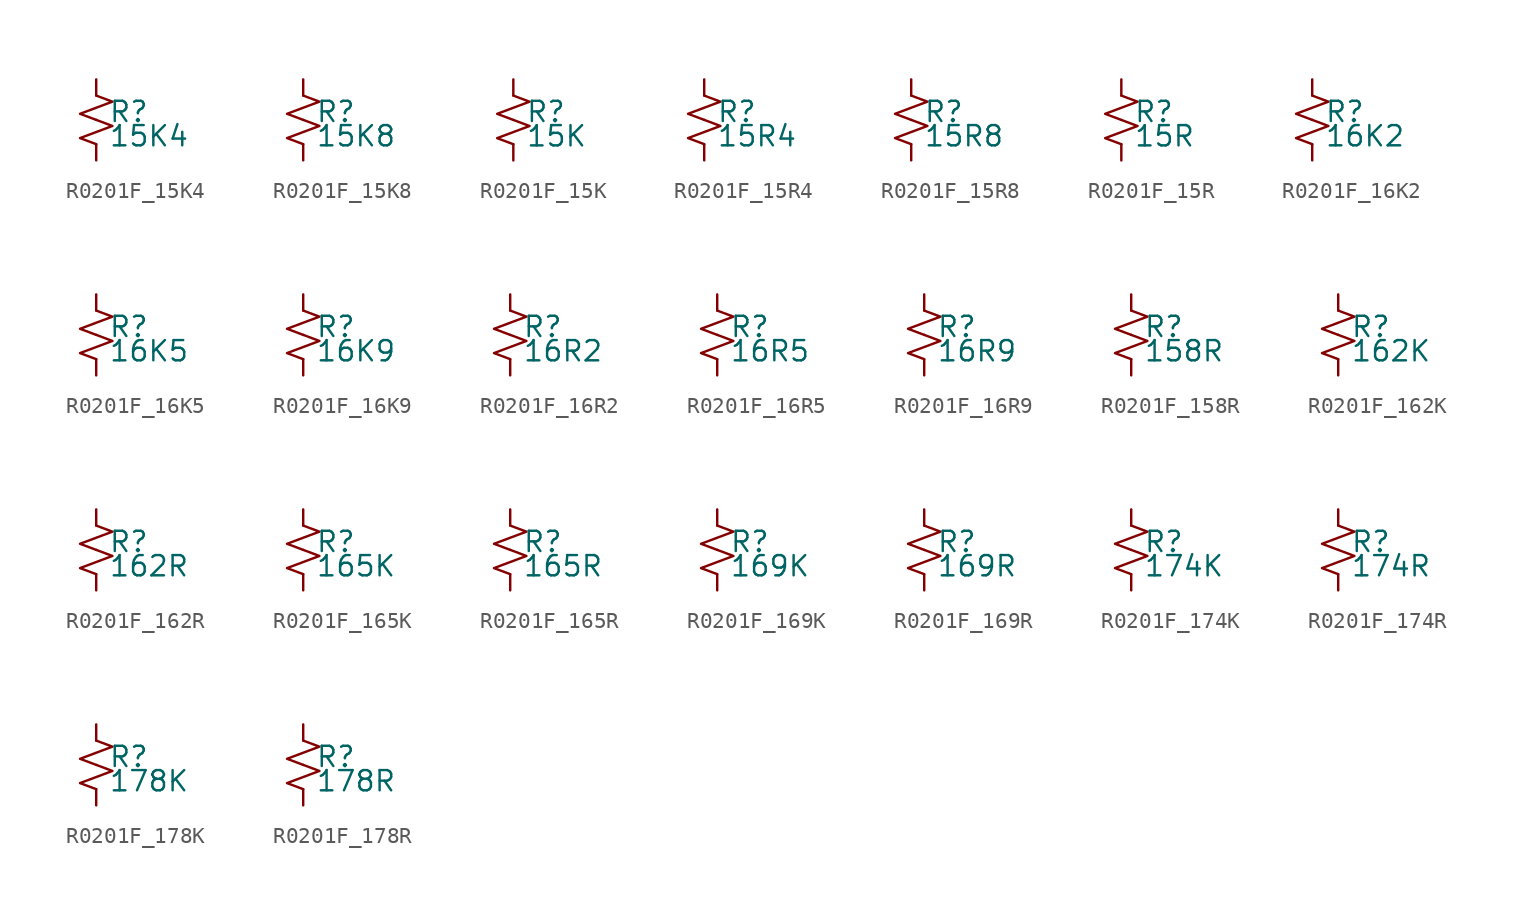
<source format=kicad_sym>
(kicad_symbol_lib
  (version 20220914)
  (generator kicad_symbol_editor)
  (symbol "R0201F_15K4"
    (pin_numbers hide)
    (pin_names
      (offset 0.254) hide)
    (property "Reference" "R"
      (at 0.762 0.508 0)
      (effects (font (size 1.27 1.27)) (justify left)))
    (property "Value" "15K4"
      (at 0.762 -1.016 0)
      (effects (font (size 1.27 1.27)) (justify left)))
    (symbol "R0201F_15K4_1_1"
      (polyline (pts (xy 0 0) (xy 1.016 -0.381) (xy 0 -0.762) (xy -1.016 -1.143) (xy 0 -1.524)) (stroke (width 0) (type default)) (fill (type none)))
      (polyline (pts (xy 0 1.524) (xy 1.016 1.143) (xy 0 0.762) (xy -1.016 0.381) (xy 0 0)) (stroke (width 0) (type default)) (fill (type none)))
      (pin passive line (at 0 2.54 270) (length 1.016) (name "~" (effects (font (size 1.27 1.27)))) (number "1" (effects (font (size 1.27 1.27)))))
      (pin passive line (at 0 -2.54 90) (length 1.016) (name "~" (effects (font (size 1.27 1.27)))) (number "2" (effects (font (size 1.27 1.27)))))))
  (symbol "R0201F_15K8"
    (pin_numbers hide)
    (pin_names
      (offset 0.254) hide)
    (property "Reference" "R"
      (at 0.762 0.508 0)
      (effects (font (size 1.27 1.27)) (justify left)))
    (property "Value" "15K8"
      (at 0.762 -1.016 0)
      (effects (font (size 1.27 1.27)) (justify left)))
    (symbol "R0201F_15K8_1_1"
      (polyline (pts (xy 0 0) (xy 1.016 -0.381) (xy 0 -0.762) (xy -1.016 -1.143) (xy 0 -1.524)) (stroke (width 0) (type default)) (fill (type none)))
      (polyline (pts (xy 0 1.524) (xy 1.016 1.143) (xy 0 0.762) (xy -1.016 0.381) (xy 0 0)) (stroke (width 0) (type default)) (fill (type none)))
      (pin passive line (at 0 2.54 270) (length 1.016) (name "~" (effects (font (size 1.27 1.27)))) (number "1" (effects (font (size 1.27 1.27)))))
      (pin passive line (at 0 -2.54 90) (length 1.016) (name "~" (effects (font (size 1.27 1.27)))) (number "2" (effects (font (size 1.27 1.27)))))))
  (symbol "R0201F_15K"
    (pin_numbers hide)
    (pin_names
      (offset 0.254) hide)
    (property "Reference" "R"
      (at 0.762 0.508 0)
      (effects (font (size 1.27 1.27)) (justify left)))
    (property "Value" "15K"
      (at 0.762 -1.016 0)
      (effects (font (size 1.27 1.27)) (justify left)))
    (symbol "R0201F_15K_1_1"
      (polyline (pts (xy 0 0) (xy 1.016 -0.381) (xy 0 -0.762) (xy -1.016 -1.143) (xy 0 -1.524)) (stroke (width 0) (type default)) (fill (type none)))
      (polyline (pts (xy 0 1.524) (xy 1.016 1.143) (xy 0 0.762) (xy -1.016 0.381) (xy 0 0)) (stroke (width 0) (type default)) (fill (type none)))
      (pin passive line (at 0 2.54 270) (length 1.016) (name "~" (effects (font (size 1.27 1.27)))) (number "1" (effects (font (size 1.27 1.27)))))
      (pin passive line (at 0 -2.54 90) (length 1.016) (name "~" (effects (font (size 1.27 1.27)))) (number "2" (effects (font (size 1.27 1.27)))))))
  (symbol "R0201F_15R4"
    (pin_numbers hide)
    (pin_names
      (offset 0.254) hide)
    (property "Reference" "R"
      (at 0.762 0.508 0)
      (effects (font (size 1.27 1.27)) (justify left)))
    (property "Value" "15R4"
      (at 0.762 -1.016 0)
      (effects (font (size 1.27 1.27)) (justify left)))
    (symbol "R0201F_15R4_1_1"
      (polyline (pts (xy 0 0) (xy 1.016 -0.381) (xy 0 -0.762) (xy -1.016 -1.143) (xy 0 -1.524)) (stroke (width 0) (type default)) (fill (type none)))
      (polyline (pts (xy 0 1.524) (xy 1.016 1.143) (xy 0 0.762) (xy -1.016 0.381) (xy 0 0)) (stroke (width 0) (type default)) (fill (type none)))
      (pin passive line (at 0 2.54 270) (length 1.016) (name "~" (effects (font (size 1.27 1.27)))) (number "1" (effects (font (size 1.27 1.27)))))
      (pin passive line (at 0 -2.54 90) (length 1.016) (name "~" (effects (font (size 1.27 1.27)))) (number "2" (effects (font (size 1.27 1.27)))))))
  (symbol "R0201F_15R8"
    (pin_numbers hide)
    (pin_names
      (offset 0.254) hide)
    (property "Reference" "R"
      (at 0.762 0.508 0)
      (effects (font (size 1.27 1.27)) (justify left)))
    (property "Value" "15R8"
      (at 0.762 -1.016 0)
      (effects (font (size 1.27 1.27)) (justify left)))
    (symbol "R0201F_15R8_1_1"
      (polyline (pts (xy 0 0) (xy 1.016 -0.381) (xy 0 -0.762) (xy -1.016 -1.143) (xy 0 -1.524)) (stroke (width 0) (type default)) (fill (type none)))
      (polyline (pts (xy 0 1.524) (xy 1.016 1.143) (xy 0 0.762) (xy -1.016 0.381) (xy 0 0)) (stroke (width 0) (type default)) (fill (type none)))
      (pin passive line (at 0 2.54 270) (length 1.016) (name "~" (effects (font (size 1.27 1.27)))) (number "1" (effects (font (size 1.27 1.27)))))
      (pin passive line (at 0 -2.54 90) (length 1.016) (name "~" (effects (font (size 1.27 1.27)))) (number "2" (effects (font (size 1.27 1.27)))))))
  (symbol "R0201F_15R"
    (pin_numbers hide)
    (pin_names
      (offset 0.254) hide)
    (property "Reference" "R"
      (at 0.762 0.508 0)
      (effects (font (size 1.27 1.27)) (justify left)))
    (property "Value" "15R"
      (at 0.762 -1.016 0)
      (effects (font (size 1.27 1.27)) (justify left)))
    (symbol "R0201F_15R_1_1"
      (polyline (pts (xy 0 0) (xy 1.016 -0.381) (xy 0 -0.762) (xy -1.016 -1.143) (xy 0 -1.524)) (stroke (width 0) (type default)) (fill (type none)))
      (polyline (pts (xy 0 1.524) (xy 1.016 1.143) (xy 0 0.762) (xy -1.016 0.381) (xy 0 0)) (stroke (width 0) (type default)) (fill (type none)))
      (pin passive line (at 0 2.54 270) (length 1.016) (name "~" (effects (font (size 1.27 1.27)))) (number "1" (effects (font (size 1.27 1.27)))))
      (pin passive line (at 0 -2.54 90) (length 1.016) (name "~" (effects (font (size 1.27 1.27)))) (number "2" (effects (font (size 1.27 1.27)))))))
  (symbol "R0201F_16K2"
    (pin_numbers hide)
    (pin_names
      (offset 0.254) hide)
    (property "Reference" "R"
      (at 0.762 0.508 0)
      (effects (font (size 1.27 1.27)) (justify left)))
    (property "Value" "16K2"
      (at 0.762 -1.016 0)
      (effects (font (size 1.27 1.27)) (justify left)))
    (symbol "R0201F_16K2_1_1"
      (polyline (pts (xy 0 0) (xy 1.016 -0.381) (xy 0 -0.762) (xy -1.016 -1.143) (xy 0 -1.524)) (stroke (width 0) (type default)) (fill (type none)))
      (polyline (pts (xy 0 1.524) (xy 1.016 1.143) (xy 0 0.762) (xy -1.016 0.381) (xy 0 0)) (stroke (width 0) (type default)) (fill (type none)))
      (pin passive line (at 0 2.54 270) (length 1.016) (name "~" (effects (font (size 1.27 1.27)))) (number "1" (effects (font (size 1.27 1.27)))))
      (pin passive line (at 0 -2.54 90) (length 1.016) (name "~" (effects (font (size 1.27 1.27)))) (number "2" (effects (font (size 1.27 1.27)))))))
  (symbol "R0201F_16K5"
    (pin_numbers hide)
    (pin_names
      (offset 0.254) hide)
    (property "Reference" "R"
      (at 0.762 0.508 0)
      (effects (font (size 1.27 1.27)) (justify left)))
    (property "Value" "16K5"
      (at 0.762 -1.016 0)
      (effects (font (size 1.27 1.27)) (justify left)))
    (symbol "R0201F_16K5_1_1"
      (polyline (pts (xy 0 0) (xy 1.016 -0.381) (xy 0 -0.762) (xy -1.016 -1.143) (xy 0 -1.524)) (stroke (width 0) (type default)) (fill (type none)))
      (polyline (pts (xy 0 1.524) (xy 1.016 1.143) (xy 0 0.762) (xy -1.016 0.381) (xy 0 0)) (stroke (width 0) (type default)) (fill (type none)))
      (pin passive line (at 0 2.54 270) (length 1.016) (name "~" (effects (font (size 1.27 1.27)))) (number "1" (effects (font (size 1.27 1.27)))))
      (pin passive line (at 0 -2.54 90) (length 1.016) (name "~" (effects (font (size 1.27 1.27)))) (number "2" (effects (font (size 1.27 1.27)))))))
  (symbol "R0201F_16K9"
    (pin_numbers hide)
    (pin_names
      (offset 0.254) hide)
    (property "Reference" "R"
      (at 0.762 0.508 0)
      (effects (font (size 1.27 1.27)) (justify left)))
    (property "Value" "16K9"
      (at 0.762 -1.016 0)
      (effects (font (size 1.27 1.27)) (justify left)))
    (symbol "R0201F_16K9_1_1"
      (polyline (pts (xy 0 0) (xy 1.016 -0.381) (xy 0 -0.762) (xy -1.016 -1.143) (xy 0 -1.524)) (stroke (width 0) (type default)) (fill (type none)))
      (polyline (pts (xy 0 1.524) (xy 1.016 1.143) (xy 0 0.762) (xy -1.016 0.381) (xy 0 0)) (stroke (width 0) (type default)) (fill (type none)))
      (pin passive line (at 0 2.54 270) (length 1.016) (name "~" (effects (font (size 1.27 1.27)))) (number "1" (effects (font (size 1.27 1.27)))))
      (pin passive line (at 0 -2.54 90) (length 1.016) (name "~" (effects (font (size 1.27 1.27)))) (number "2" (effects (font (size 1.27 1.27)))))))
  (symbol "R0201F_16R2"
    (pin_numbers hide)
    (pin_names
      (offset 0.254) hide)
    (property "Reference" "R"
      (at 0.762 0.508 0)
      (effects (font (size 1.27 1.27)) (justify left)))
    (property "Value" "16R2"
      (at 0.762 -1.016 0)
      (effects (font (size 1.27 1.27)) (justify left)))
    (symbol "R0201F_16R2_1_1"
      (polyline (pts (xy 0 0) (xy 1.016 -0.381) (xy 0 -0.762) (xy -1.016 -1.143) (xy 0 -1.524)) (stroke (width 0) (type default)) (fill (type none)))
      (polyline (pts (xy 0 1.524) (xy 1.016 1.143) (xy 0 0.762) (xy -1.016 0.381) (xy 0 0)) (stroke (width 0) (type default)) (fill (type none)))
      (pin passive line (at 0 2.54 270) (length 1.016) (name "~" (effects (font (size 1.27 1.27)))) (number "1" (effects (font (size 1.27 1.27)))))
      (pin passive line (at 0 -2.54 90) (length 1.016) (name "~" (effects (font (size 1.27 1.27)))) (number "2" (effects (font (size 1.27 1.27)))))))
  (symbol "R0201F_16R5"
    (pin_numbers hide)
    (pin_names
      (offset 0.254) hide)
    (property "Reference" "R"
      (at 0.762 0.508 0)
      (effects (font (size 1.27 1.27)) (justify left)))
    (property "Value" "16R5"
      (at 0.762 -1.016 0)
      (effects (font (size 1.27 1.27)) (justify left)))
    (symbol "R0201F_16R5_1_1"
      (polyline (pts (xy 0 0) (xy 1.016 -0.381) (xy 0 -0.762) (xy -1.016 -1.143) (xy 0 -1.524)) (stroke (width 0) (type default)) (fill (type none)))
      (polyline (pts (xy 0 1.524) (xy 1.016 1.143) (xy 0 0.762) (xy -1.016 0.381) (xy 0 0)) (stroke (width 0) (type default)) (fill (type none)))
      (pin passive line (at 0 2.54 270) (length 1.016) (name "~" (effects (font (size 1.27 1.27)))) (number "1" (effects (font (size 1.27 1.27)))))
      (pin passive line (at 0 -2.54 90) (length 1.016) (name "~" (effects (font (size 1.27 1.27)))) (number "2" (effects (font (size 1.27 1.27)))))))
  (symbol "R0201F_16R9"
    (pin_numbers hide)
    (pin_names
      (offset 0.254) hide)
    (property "Reference" "R"
      (at 0.762 0.508 0)
      (effects (font (size 1.27 1.27)) (justify left)))
    (property "Value" "16R9"
      (at 0.762 -1.016 0)
      (effects (font (size 1.27 1.27)) (justify left)))
    (symbol "R0201F_16R9_1_1"
      (polyline (pts (xy 0 0) (xy 1.016 -0.381) (xy 0 -0.762) (xy -1.016 -1.143) (xy 0 -1.524)) (stroke (width 0) (type default)) (fill (type none)))
      (polyline (pts (xy 0 1.524) (xy 1.016 1.143) (xy 0 0.762) (xy -1.016 0.381) (xy 0 0)) (stroke (width 0) (type default)) (fill (type none)))
      (pin passive line (at 0 2.54 270) (length 1.016) (name "~" (effects (font (size 1.27 1.27)))) (number "1" (effects (font (size 1.27 1.27)))))
      (pin passive line (at 0 -2.54 90) (length 1.016) (name "~" (effects (font (size 1.27 1.27)))) (number "2" (effects (font (size 1.27 1.27)))))))
  (symbol "R0201F_158R"
    (pin_numbers hide)
    (pin_names
      (offset 0.254) hide)
    (property "Reference" "R"
      (at 0.762 0.508 0)
      (effects (font (size 1.27 1.27)) (justify left)))
    (property "Value" "158R"
      (at 0.762 -1.016 0)
      (effects (font (size 1.27 1.27)) (justify left)))
    (symbol "R0201F_158R_1_1"
      (polyline (pts (xy 0 0) (xy 1.016 -0.381) (xy 0 -0.762) (xy -1.016 -1.143) (xy 0 -1.524)) (stroke (width 0) (type default)) (fill (type none)))
      (polyline (pts (xy 0 1.524) (xy 1.016 1.143) (xy 0 0.762) (xy -1.016 0.381) (xy 0 0)) (stroke (width 0) (type default)) (fill (type none)))
      (pin passive line (at 0 2.54 270) (length 1.016) (name "~" (effects (font (size 1.27 1.27)))) (number "1" (effects (font (size 1.27 1.27)))))
      (pin passive line (at 0 -2.54 90) (length 1.016) (name "~" (effects (font (size 1.27 1.27)))) (number "2" (effects (font (size 1.27 1.27)))))))
  (symbol "R0201F_162K"
    (pin_numbers hide)
    (pin_names
      (offset 0.254) hide)
    (property "Reference" "R"
      (at 0.762 0.508 0)
      (effects (font (size 1.27 1.27)) (justify left)))
    (property "Value" "162K"
      (at 0.762 -1.016 0)
      (effects (font (size 1.27 1.27)) (justify left)))
    (symbol "R0201F_162K_1_1"
      (polyline (pts (xy 0 0) (xy 1.016 -0.381) (xy 0 -0.762) (xy -1.016 -1.143) (xy 0 -1.524)) (stroke (width 0) (type default)) (fill (type none)))
      (polyline (pts (xy 0 1.524) (xy 1.016 1.143) (xy 0 0.762) (xy -1.016 0.381) (xy 0 0)) (stroke (width 0) (type default)) (fill (type none)))
      (pin passive line (at 0 2.54 270) (length 1.016) (name "~" (effects (font (size 1.27 1.27)))) (number "1" (effects (font (size 1.27 1.27)))))
      (pin passive line (at 0 -2.54 90) (length 1.016) (name "~" (effects (font (size 1.27 1.27)))) (number "2" (effects (font (size 1.27 1.27)))))))
  (symbol "R0201F_162R"
    (pin_numbers hide)
    (pin_names
      (offset 0.254) hide)
    (property "Reference" "R"
      (at 0.762 0.508 0)
      (effects (font (size 1.27 1.27)) (justify left)))
    (property "Value" "162R"
      (at 0.762 -1.016 0)
      (effects (font (size 1.27 1.27)) (justify left)))
    (symbol "R0201F_162R_1_1"
      (polyline (pts (xy 0 0) (xy 1.016 -0.381) (xy 0 -0.762) (xy -1.016 -1.143) (xy 0 -1.524)) (stroke (width 0) (type default)) (fill (type none)))
      (polyline (pts (xy 0 1.524) (xy 1.016 1.143) (xy 0 0.762) (xy -1.016 0.381) (xy 0 0)) (stroke (width 0) (type default)) (fill (type none)))
      (pin passive line (at 0 2.54 270) (length 1.016) (name "~" (effects (font (size 1.27 1.27)))) (number "1" (effects (font (size 1.27 1.27)))))
      (pin passive line (at 0 -2.54 90) (length 1.016) (name "~" (effects (font (size 1.27 1.27)))) (number "2" (effects (font (size 1.27 1.27)))))))
  (symbol "R0201F_165K"
    (pin_numbers hide)
    (pin_names
      (offset 0.254) hide)
    (property "Reference" "R"
      (at 0.762 0.508 0)
      (effects (font (size 1.27 1.27)) (justify left)))
    (property "Value" "165K"
      (at 0.762 -1.016 0)
      (effects (font (size 1.27 1.27)) (justify left)))
    (symbol "R0201F_165K_1_1"
      (polyline (pts (xy 0 0) (xy 1.016 -0.381) (xy 0 -0.762) (xy -1.016 -1.143) (xy 0 -1.524)) (stroke (width 0) (type default)) (fill (type none)))
      (polyline (pts (xy 0 1.524) (xy 1.016 1.143) (xy 0 0.762) (xy -1.016 0.381) (xy 0 0)) (stroke (width 0) (type default)) (fill (type none)))
      (pin passive line (at 0 2.54 270) (length 1.016) (name "~" (effects (font (size 1.27 1.27)))) (number "1" (effects (font (size 1.27 1.27)))))
      (pin passive line (at 0 -2.54 90) (length 1.016) (name "~" (effects (font (size 1.27 1.27)))) (number "2" (effects (font (size 1.27 1.27)))))))
  (symbol "R0201F_165R"
    (pin_numbers hide)
    (pin_names
      (offset 0.254) hide)
    (property "Reference" "R"
      (at 0.762 0.508 0)
      (effects (font (size 1.27 1.27)) (justify left)))
    (property "Value" "165R"
      (at 0.762 -1.016 0)
      (effects (font (size 1.27 1.27)) (justify left)))
    (symbol "R0201F_165R_1_1"
      (polyline (pts (xy 0 0) (xy 1.016 -0.381) (xy 0 -0.762) (xy -1.016 -1.143) (xy 0 -1.524)) (stroke (width 0) (type default)) (fill (type none)))
      (polyline (pts (xy 0 1.524) (xy 1.016 1.143) (xy 0 0.762) (xy -1.016 0.381) (xy 0 0)) (stroke (width 0) (type default)) (fill (type none)))
      (pin passive line (at 0 2.54 270) (length 1.016) (name "~" (effects (font (size 1.27 1.27)))) (number "1" (effects (font (size 1.27 1.27)))))
      (pin passive line (at 0 -2.54 90) (length 1.016) (name "~" (effects (font (size 1.27 1.27)))) (number "2" (effects (font (size 1.27 1.27)))))))
  (symbol "R0201F_169K"
    (pin_numbers hide)
    (pin_names
      (offset 0.254) hide)
    (property "Reference" "R"
      (at 0.762 0.508 0)
      (effects (font (size 1.27 1.27)) (justify left)))
    (property "Value" "169K"
      (at 0.762 -1.016 0)
      (effects (font (size 1.27 1.27)) (justify left)))
    (symbol "R0201F_169K_1_1"
      (polyline (pts (xy 0 0) (xy 1.016 -0.381) (xy 0 -0.762) (xy -1.016 -1.143) (xy 0 -1.524)) (stroke (width 0) (type default)) (fill (type none)))
      (polyline (pts (xy 0 1.524) (xy 1.016 1.143) (xy 0 0.762) (xy -1.016 0.381) (xy 0 0)) (stroke (width 0) (type default)) (fill (type none)))
      (pin passive line (at 0 2.54 270) (length 1.016) (name "~" (effects (font (size 1.27 1.27)))) (number "1" (effects (font (size 1.27 1.27)))))
      (pin passive line (at 0 -2.54 90) (length 1.016) (name "~" (effects (font (size 1.27 1.27)))) (number "2" (effects (font (size 1.27 1.27)))))))
  (symbol "R0201F_169R"
    (pin_numbers hide)
    (pin_names
      (offset 0.254) hide)
    (property "Reference" "R"
      (at 0.762 0.508 0)
      (effects (font (size 1.27 1.27)) (justify left)))
    (property "Value" "169R"
      (at 0.762 -1.016 0)
      (effects (font (size 1.27 1.27)) (justify left)))
    (symbol "R0201F_169R_1_1"
      (polyline (pts (xy 0 0) (xy 1.016 -0.381) (xy 0 -0.762) (xy -1.016 -1.143) (xy 0 -1.524)) (stroke (width 0) (type default)) (fill (type none)))
      (polyline (pts (xy 0 1.524) (xy 1.016 1.143) (xy 0 0.762) (xy -1.016 0.381) (xy 0 0)) (stroke (width 0) (type default)) (fill (type none)))
      (pin passive line (at 0 2.54 270) (length 1.016) (name "~" (effects (font (size 1.27 1.27)))) (number "1" (effects (font (size 1.27 1.27)))))
      (pin passive line (at 0 -2.54 90) (length 1.016) (name "~" (effects (font (size 1.27 1.27)))) (number "2" (effects (font (size 1.27 1.27)))))))
  (symbol "R0201F_174K"
    (pin_numbers hide)
    (pin_names
      (offset 0.254) hide)
    (property "Reference" "R"
      (at 0.762 0.508 0)
      (effects (font (size 1.27 1.27)) (justify left)))
    (property "Value" "174K"
      (at 0.762 -1.016 0)
      (effects (font (size 1.27 1.27)) (justify left)))
    (symbol "R0201F_174K_1_1"
      (polyline (pts (xy 0 0) (xy 1.016 -0.381) (xy 0 -0.762) (xy -1.016 -1.143) (xy 0 -1.524)) (stroke (width 0) (type default)) (fill (type none)))
      (polyline (pts (xy 0 1.524) (xy 1.016 1.143) (xy 0 0.762) (xy -1.016 0.381) (xy 0 0)) (stroke (width 0) (type default)) (fill (type none)))
      (pin passive line (at 0 2.54 270) (length 1.016) (name "~" (effects (font (size 1.27 1.27)))) (number "1" (effects (font (size 1.27 1.27)))))
      (pin passive line (at 0 -2.54 90) (length 1.016) (name "~" (effects (font (size 1.27 1.27)))) (number "2" (effects (font (size 1.27 1.27)))))))
  (symbol "R0201F_174R"
    (pin_numbers hide)
    (pin_names
      (offset 0.254) hide)
    (property "Reference" "R"
      (at 0.762 0.508 0)
      (effects (font (size 1.27 1.27)) (justify left)))
    (property "Value" "174R"
      (at 0.762 -1.016 0)
      (effects (font (size 1.27 1.27)) (justify left)))
    (symbol "R0201F_174R_1_1"
      (polyline (pts (xy 0 0) (xy 1.016 -0.381) (xy 0 -0.762) (xy -1.016 -1.143) (xy 0 -1.524)) (stroke (width 0) (type default)) (fill (type none)))
      (polyline (pts (xy 0 1.524) (xy 1.016 1.143) (xy 0 0.762) (xy -1.016 0.381) (xy 0 0)) (stroke (width 0) (type default)) (fill (type none)))
      (pin passive line (at 0 2.54 270) (length 1.016) (name "~" (effects (font (size 1.27 1.27)))) (number "1" (effects (font (size 1.27 1.27)))))
      (pin passive line (at 0 -2.54 90) (length 1.016) (name "~" (effects (font (size 1.27 1.27)))) (number "2" (effects (font (size 1.27 1.27)))))))
  (symbol "R0201F_178K"
    (pin_numbers hide)
    (pin_names
      (offset 0.254) hide)
    (property "Reference" "R"
      (at 0.762 0.508 0)
      (effects (font (size 1.27 1.27)) (justify left)))
    (property "Value" "178K"
      (at 0.762 -1.016 0)
      (effects (font (size 1.27 1.27)) (justify left)))
    (symbol "R0201F_178K_1_1"
      (polyline (pts (xy 0 0) (xy 1.016 -0.381) (xy 0 -0.762) (xy -1.016 -1.143) (xy 0 -1.524)) (stroke (width 0) (type default)) (fill (type none)))
      (polyline (pts (xy 0 1.524) (xy 1.016 1.143) (xy 0 0.762) (xy -1.016 0.381) (xy 0 0)) (stroke (width 0) (type default)) (fill (type none)))
      (pin passive line (at 0 2.54 270) (length 1.016) (name "~" (effects (font (size 1.27 1.27)))) (number "1" (effects (font (size 1.27 1.27)))))
      (pin passive line (at 0 -2.54 90) (length 1.016) (name "~" (effects (font (size 1.27 1.27)))) (number "2" (effects (font (size 1.27 1.27)))))))
  (symbol "R0201F_178R"
    (pin_numbers hide)
    (pin_names
      (offset 0.254) hide)
    (property "Reference" "R"
      (at 0.762 0.508 0)
      (effects (font (size 1.27 1.27)) (justify left)))
    (property "Value" "178R"
      (at 0.762 -1.016 0)
      (effects (font (size 1.27 1.27)) (justify left)))
    (symbol "R0201F_178R_1_1"
      (polyline (pts (xy 0 0) (xy 1.016 -0.381) (xy 0 -0.762) (xy -1.016 -1.143) (xy 0 -1.524)) (stroke (width 0) (type default)) (fill (type none)))
      (polyline (pts (xy 0 1.524) (xy 1.016 1.143) (xy 0 0.762) (xy -1.016 0.381) (xy 0 0)) (stroke (width 0) (type default)) (fill (type none)))
      (pin passive line (at 0 2.54 270) (length 1.016) (name "~" (effects (font (size 1.27 1.27)))) (number "1" (effects (font (size 1.27 1.27)))))
      (pin passive line (at 0 -2.54 90) (length 1.016) (name "~" (effects (font (size 1.27 1.27)))) (number "2" (effects (font (size 1.27 1.27))))))))
</source>
